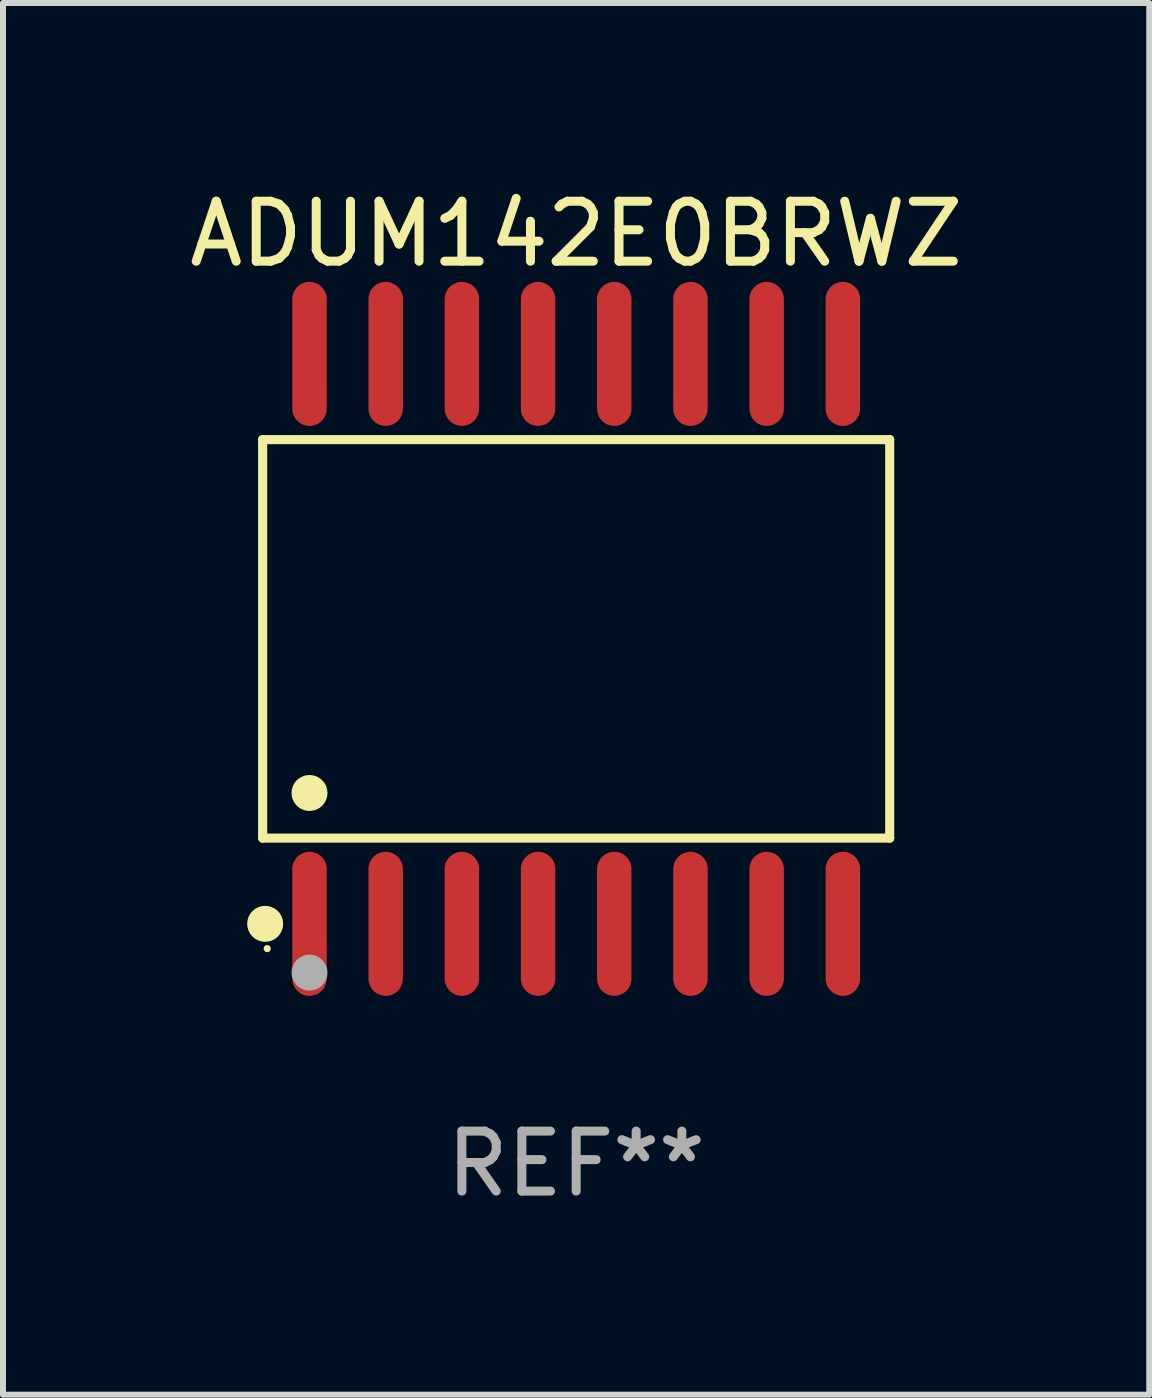
<source format=kicad_pcb>
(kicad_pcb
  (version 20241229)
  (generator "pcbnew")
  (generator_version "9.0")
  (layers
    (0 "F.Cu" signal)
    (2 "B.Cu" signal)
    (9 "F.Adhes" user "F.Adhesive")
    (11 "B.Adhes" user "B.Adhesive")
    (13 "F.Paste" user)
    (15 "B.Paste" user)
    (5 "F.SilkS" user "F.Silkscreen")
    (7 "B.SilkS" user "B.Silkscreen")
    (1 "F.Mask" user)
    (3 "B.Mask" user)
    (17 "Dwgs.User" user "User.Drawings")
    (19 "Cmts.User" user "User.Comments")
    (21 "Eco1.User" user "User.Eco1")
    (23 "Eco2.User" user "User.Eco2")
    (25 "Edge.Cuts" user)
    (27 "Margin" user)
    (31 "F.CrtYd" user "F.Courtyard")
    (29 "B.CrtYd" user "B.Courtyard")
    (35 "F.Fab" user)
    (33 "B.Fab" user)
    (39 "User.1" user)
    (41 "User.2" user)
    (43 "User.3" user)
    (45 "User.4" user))
  (footprint "ADUM142E0BRWZ"
    (layer "F.Cu")
    (at 6.554 7.599)
    (property "Reference" "ADUM142E0BRWZ" (at 0 -6.75 0) (layer "F.SilkS") (effects (font (size 1 1) (thickness 0.15))))
    (attr through_hole)
    (fp_line (start -5.226 -3.321) (end 5.226 -3.321) (stroke (width 0.152) (type solid)) (layer "F.SilkS"))
    (fp_line (start -5.226 3.321) (end -5.226 -3.321) (stroke (width 0.152) (type solid)) (layer "F.SilkS"))
    (fp_line (start 5.226 -3.321) (end 5.226 3.321) (stroke (width 0.152) (type solid)) (layer "F.SilkS"))
    (fp_line (start 5.226 3.321) (end -5.226 3.321) (stroke (width 0.152) (type solid)) (layer "F.SilkS"))
    (fp_circle (center -5.184 4.75) (end -5.034 4.75) (stroke (width 0.3) (type solid)) (fill no) (layer "F.SilkS"))
    (fp_circle (center -5.15 5.163) (end -5.12 5.163) (stroke (width 0.06) (type solid)) (fill no) (layer "F.SilkS"))
    (fp_circle (center -4.445 2.569) (end -4.295 2.569) (stroke (width 0.3) (type solid)) (fill no) (layer "F.SilkS"))
    (fp_circle (center -4.445 5.563) (end -4.295 5.563) (stroke (width 0.3) (type solid)) (fill no) (layer "F.Fab"))
    (fp_text user "REF**" (at 0 8.75 0) (layer "F.Fab") (effects (font (size 1 1) (thickness 0.15))))
    (pad "1" smd oval (at -4.445 4.75) (size 0.574 2.401) (layers "F.Cu" "F.Mask" "F.Paste"))
    (pad "2" smd oval (at -3.175 4.75) (size 0.574 2.401) (layers "F.Cu" "F.Mask" "F.Paste"))
    (pad "3" smd oval (at -1.905 4.75) (size 0.574 2.401) (layers "F.Cu" "F.Mask" "F.Paste"))
    (pad "4" smd oval (at -0.635 4.75) (size 0.574 2.401) (layers "F.Cu" "F.Mask" "F.Paste"))
    (pad "5" smd oval (at 0.635 4.75) (size 0.574 2.401) (layers "F.Cu" "F.Mask" "F.Paste"))
    (pad "6" smd oval (at 1.905 4.75) (size 0.574 2.401) (layers "F.Cu" "F.Mask" "F.Paste"))
    (pad "7" smd oval (at 3.175 4.75) (size 0.574 2.401) (layers "F.Cu" "F.Mask" "F.Paste"))
    (pad "8" smd oval (at 4.445 4.75) (size 0.574 2.401) (layers "F.Cu" "F.Mask" "F.Paste"))
    (pad "9" smd oval (at 4.445 -4.75) (size 0.574 2.401) (layers "F.Cu" "F.Mask" "F.Paste"))
    (pad "10" smd oval (at 3.175 -4.75) (size 0.574 2.401) (layers "F.Cu" "F.Mask" "F.Paste"))
    (pad "11" smd oval (at 1.905 -4.75) (size 0.574 2.401) (layers "F.Cu" "F.Mask" "F.Paste"))
    (pad "12" smd oval (at 0.635 -4.75) (size 0.574 2.401) (layers "F.Cu" "F.Mask" "F.Paste"))
    (pad "13" smd oval (at -0.635 -4.75) (size 0.574 2.401) (layers "F.Cu" "F.Mask" "F.Paste"))
    (pad "14" smd oval (at -1.905 -4.75) (size 0.574 2.401) (layers "F.Cu" "F.Mask" "F.Paste"))
    (pad "15" smd oval (at -3.175 -4.75) (size 0.574 2.401) (layers "F.Cu" "F.Mask" "F.Paste"))
    (pad "16" smd oval (at -4.445 -4.75) (size 0.574 2.401) (layers "F.Cu" "F.Mask" "F.Paste")))
  (gr_rect
    (start -3 -3)
    (end 16.107 20.197)
    (stroke (width 0.1) (type default))
    (fill no)
    (layer "Edge.Cuts")))
</source>
